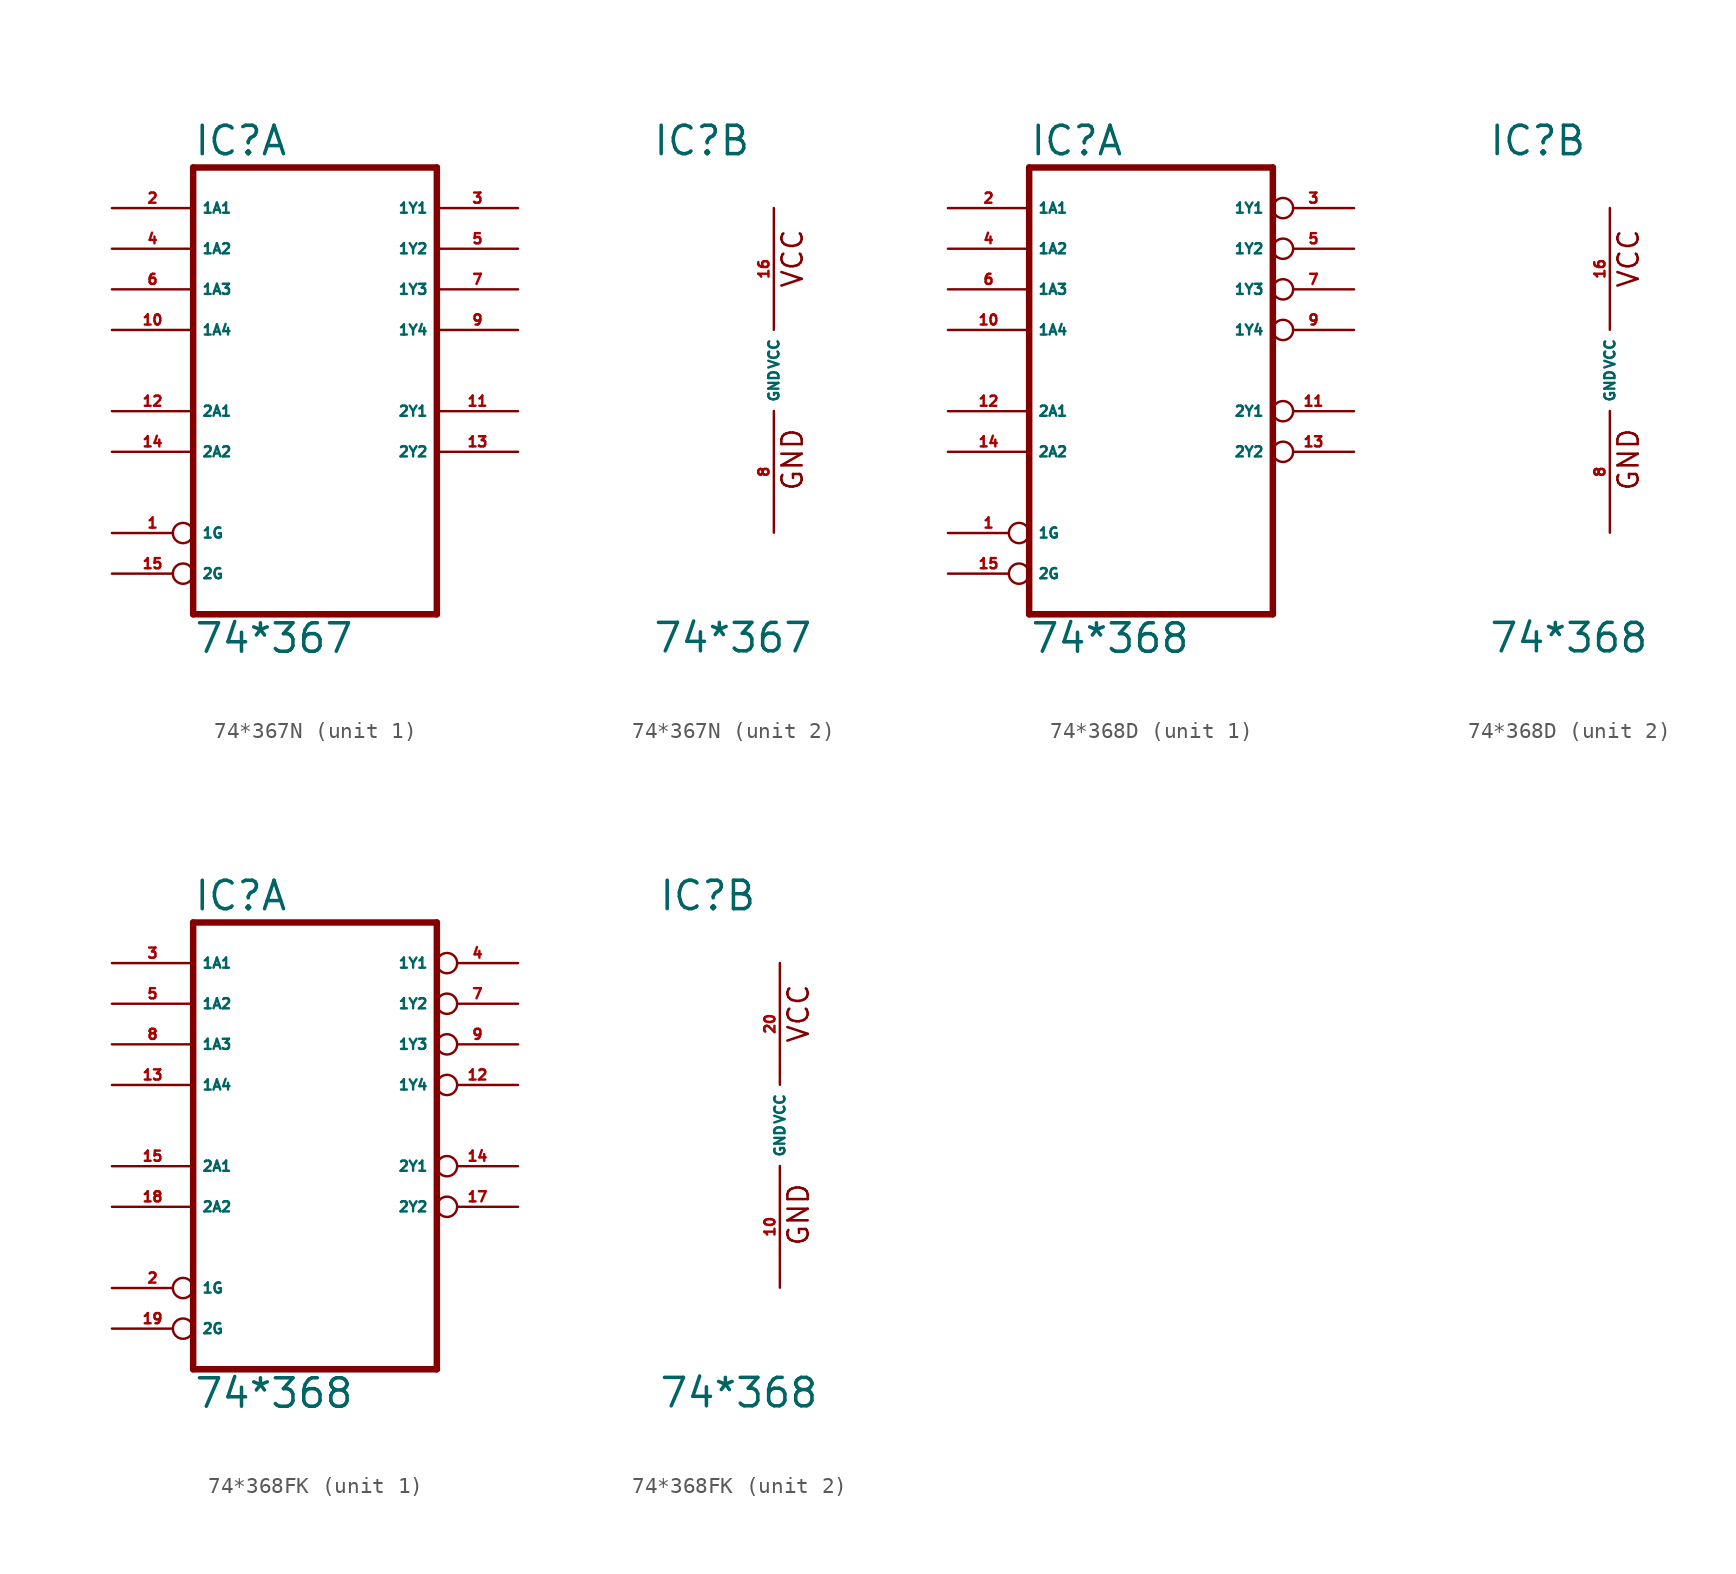
<source format=kicad_sym>
(kicad_symbol_lib
  (version 20220914)
  (generator Eagle2Kicad)
  (symbol "74*367N"
    (property "Reference" "IC"
      (at -7.62 13.335 0)
      (effects (font (size 1.778 1.778) (thickness 0.22)) (justify left bottom)))
    (property "Value" "74*367"
      (at -7.62 -17.78 0)
      (effects (font (size 1.778 1.778) (thickness 0.22)) (justify left bottom)))
    (symbol "74*367N_1_0"
      (polyline (pts (xy -7.62 -15.24) (xy 7.62 -15.24)) (stroke (width 0.406) (type default)) (fill (type none)))
      (polyline (pts (xy 7.62 -15.24) (xy 7.62 12.7)) (stroke (width 0.406) (type default)) (fill (type none)))
      (polyline (pts (xy 7.62 12.7) (xy -7.62 12.7)) (stroke (width 0.406) (type default)) (fill (type none)))
      (polyline (pts (xy -7.62 12.7) (xy -7.62 -15.24)) (stroke (width 0.406) (type default)) (fill (type none)))
      (pin input inverted (at -12.7 -10.16 0) (length 5.08) (name "1G" (effects (font (size 0.635 0.635) (thickness 0.08)) (justify left bottom))) (number "1" (effects (font (size 0.635 0.635) (thickness 0.08)) (justify left bottom))))
      (pin input line (at -12.7 10.16 0) (length 5.08) (name "1A1" (effects (font (size 0.635 0.635) (thickness 0.08)) (justify left bottom))) (number "2" (effects (font (size 0.635 0.635) (thickness 0.08)) (justify left bottom))))
      (pin tri_state line (at 12.7 10.16 180) (length 5.08) (name "1Y1" (effects (font (size 0.635 0.635) (thickness 0.08)) (justify left bottom))) (number "3" (effects (font (size 0.635 0.635) (thickness 0.08)) (justify left bottom))))
      (pin input line (at -12.7 7.62 0) (length 5.08) (name "1A2" (effects (font (size 0.635 0.635) (thickness 0.08)) (justify left bottom))) (number "4" (effects (font (size 0.635 0.635) (thickness 0.08)) (justify left bottom))))
      (pin tri_state line (at 12.7 7.62 180) (length 5.08) (name "1Y2" (effects (font (size 0.635 0.635) (thickness 0.08)) (justify left bottom))) (number "5" (effects (font (size 0.635 0.635) (thickness 0.08)) (justify left bottom))))
      (pin input line (at -12.7 5.08 0) (length 5.08) (name "1A3" (effects (font (size 0.635 0.635) (thickness 0.08)) (justify left bottom))) (number "6" (effects (font (size 0.635 0.635) (thickness 0.08)) (justify left bottom))))
      (pin tri_state line (at 12.7 5.08 180) (length 5.08) (name "1Y3" (effects (font (size 0.635 0.635) (thickness 0.08)) (justify left bottom))) (number "7" (effects (font (size 0.635 0.635) (thickness 0.08)) (justify left bottom))))
      (pin tri_state line (at 12.7 2.54 180) (length 5.08) (name "1Y4" (effects (font (size 0.635 0.635) (thickness 0.08)) (justify left bottom))) (number "9" (effects (font (size 0.635 0.635) (thickness 0.08)) (justify left bottom))))
      (pin input line (at -12.7 2.54 0) (length 5.08) (name "1A4" (effects (font (size 0.635 0.635) (thickness 0.08)) (justify left bottom))) (number "10" (effects (font (size 0.635 0.635) (thickness 0.08)) (justify left bottom))))
      (pin tri_state line (at 12.7 -2.54 180) (length 5.08) (name "2Y1" (effects (font (size 0.635 0.635) (thickness 0.08)) (justify left bottom))) (number "11" (effects (font (size 0.635 0.635) (thickness 0.08)) (justify left bottom))))
      (pin input line (at -12.7 -2.54 0) (length 5.08) (name "2A1" (effects (font (size 0.635 0.635) (thickness 0.08)) (justify left bottom))) (number "12" (effects (font (size 0.635 0.635) (thickness 0.08)) (justify left bottom))))
      (pin tri_state line (at 12.7 -5.08 180) (length 5.08) (name "2Y2" (effects (font (size 0.635 0.635) (thickness 0.08)) (justify left bottom))) (number "13" (effects (font (size 0.635 0.635) (thickness 0.08)) (justify left bottom))))
      (pin input line (at -12.7 -5.08 0) (length 5.08) (name "2A2" (effects (font (size 0.635 0.635) (thickness 0.08)) (justify left bottom))) (number "14" (effects (font (size 0.635 0.635) (thickness 0.08)) (justify left bottom))))
      (pin input inverted (at -12.7 -12.7 0) (length 5.08) (name "2G" (effects (font (size 0.635 0.635) (thickness 0.08)) (justify left bottom))) (number "15" (effects (font (size 0.635 0.635) (thickness 0.08)) (justify left bottom)))))
    (symbol "74*367N_2_0"
      (text "GND" (at 1.905 -7.62 900) (effects (font (size 1.27 1.27) (thickness 0.16)) (justify left bottom)))
      (text "VCC" (at 1.905 5.08 900) (effects (font (size 1.27 1.27) (thickness 0.16)) (justify left bottom)))
      (pin unspecified line (at 0 -10.16 90) (length 7.62) (name "GND" (effects (font (size 0.635 0.635) (thickness 0.08)) (justify left bottom))) (number "8" (effects (font (size 0.635 0.635) (thickness 0.08)) (justify left bottom))))
      (pin unspecified line (at 0 10.16 270) (length 7.62) (name "VCC" (effects (font (size 0.635 0.635) (thickness 0.08)) (justify left bottom))) (number "16" (effects (font (size 0.635 0.635) (thickness 0.08)) (justify left bottom))))))
  (symbol "74*368D"
    (property "Reference" "IC"
      (at -7.62 13.335 0)
      (effects (font (size 1.778 1.778) (thickness 0.22)) (justify left bottom)))
    (property "Value" "74*368"
      (at -7.62 -17.78 0)
      (effects (font (size 1.778 1.778) (thickness 0.22)) (justify left bottom)))
    (symbol "74*368D_1_0"
      (polyline (pts (xy -7.62 -15.24) (xy 7.62 -15.24)) (stroke (width 0.406) (type default)) (fill (type none)))
      (polyline (pts (xy 7.62 -15.24) (xy 7.62 12.7)) (stroke (width 0.406) (type default)) (fill (type none)))
      (polyline (pts (xy 7.62 12.7) (xy -7.62 12.7)) (stroke (width 0.406) (type default)) (fill (type none)))
      (polyline (pts (xy -7.62 12.7) (xy -7.62 -15.24)) (stroke (width 0.406) (type default)) (fill (type none)))
      (pin input inverted (at -12.7 -10.16 0) (length 5.08) (name "1G" (effects (font (size 0.635 0.635) (thickness 0.08)) (justify left bottom))) (number "1" (effects (font (size 0.635 0.635) (thickness 0.08)) (justify left bottom))))
      (pin input line (at -12.7 10.16 0) (length 5.08) (name "1A1" (effects (font (size 0.635 0.635) (thickness 0.08)) (justify left bottom))) (number "2" (effects (font (size 0.635 0.635) (thickness 0.08)) (justify left bottom))))
      (pin tri_state inverted (at 12.7 10.16 180) (length 5.08) (name "1Y1" (effects (font (size 0.635 0.635) (thickness 0.08)) (justify left bottom))) (number "3" (effects (font (size 0.635 0.635) (thickness 0.08)) (justify left bottom))))
      (pin input line (at -12.7 7.62 0) (length 5.08) (name "1A2" (effects (font (size 0.635 0.635) (thickness 0.08)) (justify left bottom))) (number "4" (effects (font (size 0.635 0.635) (thickness 0.08)) (justify left bottom))))
      (pin tri_state inverted (at 12.7 7.62 180) (length 5.08) (name "1Y2" (effects (font (size 0.635 0.635) (thickness 0.08)) (justify left bottom))) (number "5" (effects (font (size 0.635 0.635) (thickness 0.08)) (justify left bottom))))
      (pin input line (at -12.7 5.08 0) (length 5.08) (name "1A3" (effects (font (size 0.635 0.635) (thickness 0.08)) (justify left bottom))) (number "6" (effects (font (size 0.635 0.635) (thickness 0.08)) (justify left bottom))))
      (pin tri_state inverted (at 12.7 5.08 180) (length 5.08) (name "1Y3" (effects (font (size 0.635 0.635) (thickness 0.08)) (justify left bottom))) (number "7" (effects (font (size 0.635 0.635) (thickness 0.08)) (justify left bottom))))
      (pin tri_state inverted (at 12.7 2.54 180) (length 5.08) (name "1Y4" (effects (font (size 0.635 0.635) (thickness 0.08)) (justify left bottom))) (number "9" (effects (font (size 0.635 0.635) (thickness 0.08)) (justify left bottom))))
      (pin input line (at -12.7 2.54 0) (length 5.08) (name "1A4" (effects (font (size 0.635 0.635) (thickness 0.08)) (justify left bottom))) (number "10" (effects (font (size 0.635 0.635) (thickness 0.08)) (justify left bottom))))
      (pin tri_state inverted (at 12.7 -2.54 180) (length 5.08) (name "2Y1" (effects (font (size 0.635 0.635) (thickness 0.08)) (justify left bottom))) (number "11" (effects (font (size 0.635 0.635) (thickness 0.08)) (justify left bottom))))
      (pin input line (at -12.7 -2.54 0) (length 5.08) (name "2A1" (effects (font (size 0.635 0.635) (thickness 0.08)) (justify left bottom))) (number "12" (effects (font (size 0.635 0.635) (thickness 0.08)) (justify left bottom))))
      (pin tri_state inverted (at 12.7 -5.08 180) (length 5.08) (name "2Y2" (effects (font (size 0.635 0.635) (thickness 0.08)) (justify left bottom))) (number "13" (effects (font (size 0.635 0.635) (thickness 0.08)) (justify left bottom))))
      (pin input line (at -12.7 -5.08 0) (length 5.08) (name "2A2" (effects (font (size 0.635 0.635) (thickness 0.08)) (justify left bottom))) (number "14" (effects (font (size 0.635 0.635) (thickness 0.08)) (justify left bottom))))
      (pin input inverted (at -12.7 -12.7 0) (length 5.08) (name "2G" (effects (font (size 0.635 0.635) (thickness 0.08)) (justify left bottom))) (number "15" (effects (font (size 0.635 0.635) (thickness 0.08)) (justify left bottom)))))
    (symbol "74*368D_2_0"
      (text "GND" (at 1.905 -7.62 900) (effects (font (size 1.27 1.27) (thickness 0.16)) (justify left bottom)))
      (text "VCC" (at 1.905 5.08 900) (effects (font (size 1.27 1.27) (thickness 0.16)) (justify left bottom)))
      (pin unspecified line (at 0 -10.16 90) (length 7.62) (name "GND" (effects (font (size 0.635 0.635) (thickness 0.08)) (justify left bottom))) (number "8" (effects (font (size 0.635 0.635) (thickness 0.08)) (justify left bottom))))
      (pin unspecified line (at 0 10.16 270) (length 7.62) (name "VCC" (effects (font (size 0.635 0.635) (thickness 0.08)) (justify left bottom))) (number "16" (effects (font (size 0.635 0.635) (thickness 0.08)) (justify left bottom))))))
  (symbol "74*368FK"
    (property "Reference" "IC"
      (at -7.62 13.335 0)
      (effects (font (size 1.778 1.778) (thickness 0.22)) (justify left bottom)))
    (property "Value" "74*368"
      (at -7.62 -17.78 0)
      (effects (font (size 1.778 1.778) (thickness 0.22)) (justify left bottom)))
    (symbol "74*368FK_1_0"
      (polyline (pts (xy -7.62 -15.24) (xy 7.62 -15.24)) (stroke (width 0.406) (type default)) (fill (type none)))
      (polyline (pts (xy 7.62 -15.24) (xy 7.62 12.7)) (stroke (width 0.406) (type default)) (fill (type none)))
      (polyline (pts (xy 7.62 12.7) (xy -7.62 12.7)) (stroke (width 0.406) (type default)) (fill (type none)))
      (polyline (pts (xy -7.62 12.7) (xy -7.62 -15.24)) (stroke (width 0.406) (type default)) (fill (type none)))
      (pin input inverted (at -12.7 -10.16 0) (length 5.08) (name "1G" (effects (font (size 0.635 0.635) (thickness 0.08)) (justify left bottom))) (number "2" (effects (font (size 0.635 0.635) (thickness 0.08)) (justify left bottom))))
      (pin input line (at -12.7 10.16 0) (length 5.08) (name "1A1" (effects (font (size 0.635 0.635) (thickness 0.08)) (justify left bottom))) (number "3" (effects (font (size 0.635 0.635) (thickness 0.08)) (justify left bottom))))
      (pin tri_state inverted (at 12.7 10.16 180) (length 5.08) (name "1Y1" (effects (font (size 0.635 0.635) (thickness 0.08)) (justify left bottom))) (number "4" (effects (font (size 0.635 0.635) (thickness 0.08)) (justify left bottom))))
      (pin input line (at -12.7 7.62 0) (length 5.08) (name "1A2" (effects (font (size 0.635 0.635) (thickness 0.08)) (justify left bottom))) (number "5" (effects (font (size 0.635 0.635) (thickness 0.08)) (justify left bottom))))
      (pin tri_state inverted (at 12.7 7.62 180) (length 5.08) (name "1Y2" (effects (font (size 0.635 0.635) (thickness 0.08)) (justify left bottom))) (number "7" (effects (font (size 0.635 0.635) (thickness 0.08)) (justify left bottom))))
      (pin input line (at -12.7 5.08 0) (length 5.08) (name "1A3" (effects (font (size 0.635 0.635) (thickness 0.08)) (justify left bottom))) (number "8" (effects (font (size 0.635 0.635) (thickness 0.08)) (justify left bottom))))
      (pin tri_state inverted (at 12.7 5.08 180) (length 5.08) (name "1Y3" (effects (font (size 0.635 0.635) (thickness 0.08)) (justify left bottom))) (number "9" (effects (font (size 0.635 0.635) (thickness 0.08)) (justify left bottom))))
      (pin tri_state inverted (at 12.7 2.54 180) (length 5.08) (name "1Y4" (effects (font (size 0.635 0.635) (thickness 0.08)) (justify left bottom))) (number "12" (effects (font (size 0.635 0.635) (thickness 0.08)) (justify left bottom))))
      (pin input line (at -12.7 2.54 0) (length 5.08) (name "1A4" (effects (font (size 0.635 0.635) (thickness 0.08)) (justify left bottom))) (number "13" (effects (font (size 0.635 0.635) (thickness 0.08)) (justify left bottom))))
      (pin tri_state inverted (at 12.7 -2.54 180) (length 5.08) (name "2Y1" (effects (font (size 0.635 0.635) (thickness 0.08)) (justify left bottom))) (number "14" (effects (font (size 0.635 0.635) (thickness 0.08)) (justify left bottom))))
      (pin input line (at -12.7 -2.54 0) (length 5.08) (name "2A1" (effects (font (size 0.635 0.635) (thickness 0.08)) (justify left bottom))) (number "15" (effects (font (size 0.635 0.635) (thickness 0.08)) (justify left bottom))))
      (pin tri_state inverted (at 12.7 -5.08 180) (length 5.08) (name "2Y2" (effects (font (size 0.635 0.635) (thickness 0.08)) (justify left bottom))) (number "17" (effects (font (size 0.635 0.635) (thickness 0.08)) (justify left bottom))))
      (pin input line (at -12.7 -5.08 0) (length 5.08) (name "2A2" (effects (font (size 0.635 0.635) (thickness 0.08)) (justify left bottom))) (number "18" (effects (font (size 0.635 0.635) (thickness 0.08)) (justify left bottom))))
      (pin input inverted (at -12.7 -12.7 0) (length 5.08) (name "2G" (effects (font (size 0.635 0.635) (thickness 0.08)) (justify left bottom))) (number "19" (effects (font (size 0.635 0.635) (thickness 0.08)) (justify left bottom)))))
    (symbol "74*368FK_2_0"
      (text "GND" (at 1.905 -7.62 900) (effects (font (size 1.27 1.27) (thickness 0.16)) (justify left bottom)))
      (text "VCC" (at 1.905 5.08 900) (effects (font (size 1.27 1.27) (thickness 0.16)) (justify left bottom)))
      (pin unspecified line (at 0 -10.16 90) (length 7.62) (name "GND" (effects (font (size 0.635 0.635) (thickness 0.08)) (justify left bottom))) (number "10" (effects (font (size 0.635 0.635) (thickness 0.08)) (justify left bottom))))
      (pin unspecified line (at 0 10.16 270) (length 7.62) (name "VCC" (effects (font (size 0.635 0.635) (thickness 0.08)) (justify left bottom))) (number "20" (effects (font (size 0.635 0.635) (thickness 0.08)) (justify left bottom)))))))
</source>
